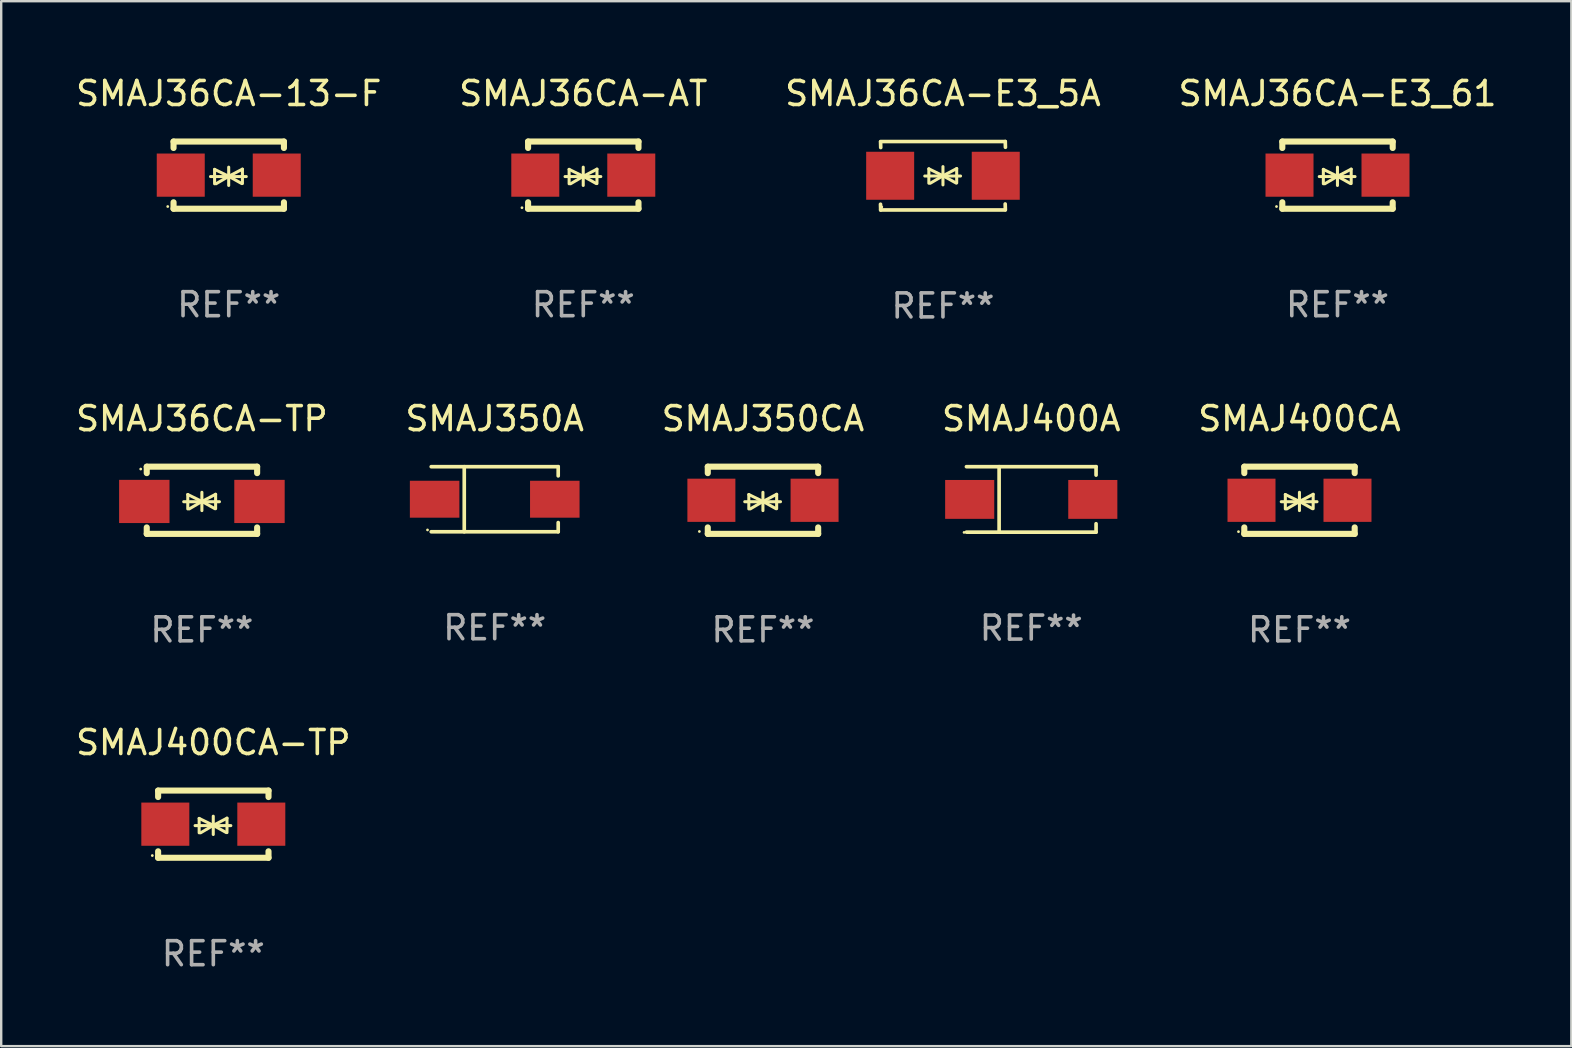
<source format=kicad_pcb>
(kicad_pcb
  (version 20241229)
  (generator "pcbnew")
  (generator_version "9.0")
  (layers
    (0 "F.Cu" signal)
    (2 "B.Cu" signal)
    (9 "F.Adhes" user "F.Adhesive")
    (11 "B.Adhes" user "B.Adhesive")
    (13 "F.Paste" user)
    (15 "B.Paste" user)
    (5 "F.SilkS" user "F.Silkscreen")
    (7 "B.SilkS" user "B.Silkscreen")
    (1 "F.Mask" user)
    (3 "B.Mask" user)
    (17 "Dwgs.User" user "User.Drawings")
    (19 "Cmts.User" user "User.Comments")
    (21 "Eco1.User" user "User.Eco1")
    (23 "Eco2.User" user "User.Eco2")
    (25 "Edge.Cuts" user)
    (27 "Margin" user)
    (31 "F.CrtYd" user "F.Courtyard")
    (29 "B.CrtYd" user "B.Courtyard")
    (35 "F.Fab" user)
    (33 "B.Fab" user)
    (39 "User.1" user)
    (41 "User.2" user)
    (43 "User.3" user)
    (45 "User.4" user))
  (footprint "SMAJ36CA-E3_5A"
    (layer "F.Cu")
    (at 36.244 4.274)
    (property "Reference" "SMAJ36CA-E3_5A" (at 0 -3.426 0) (layer "F.SilkS") (effects (font (size 1 1) (thickness 0.15))))
    (attr through_hole)
    (fp_line (start -2.596 -1.426) (end 2.596 -1.426) (stroke (width 0.152) (type solid)) (layer "F.SilkS"))
    (fp_line (start -2.596 1.426) (end -2.603 1.187) (stroke (width 0.152) (type solid)) (layer "F.SilkS"))
    (fp_line (start -2.596 1.426) (end 2.596 1.426) (stroke (width 0.152) (type solid)) (layer "F.SilkS"))
    (fp_line (start -2.593 -1.176) (end -2.6 -1.415) (stroke (width 0.152) (type solid)) (layer "F.SilkS"))
    (fp_line (start -0.758 0.011) (end 0.732 0.011) (stroke (width 0.127) (type solid)) (layer "F.SilkS"))
    (fp_line (start -0.588 -0.289) (end -0.588 0.311) (stroke (width 0.127) (type solid)) (layer "F.SilkS"))
    (fp_line (start -0.588 -0.289) (end 0 0) (stroke (width 0.127) (type solid)) (layer "F.SilkS"))
    (fp_line (start -0.528 0.311) (end 0 0) (stroke (width 0.127) (type solid)) (layer "F.SilkS"))
    (fp_line (start 0 0) (end 0 -0.381) (stroke (width 0.127) (type solid)) (layer "F.SilkS"))
    (fp_line (start 0 0) (end 0 0.381) (stroke (width 0.127) (type solid)) (layer "F.SilkS"))
    (fp_line (start 0.542 0.301) (end 0 0) (stroke (width 0.127) (type solid)) (layer "F.SilkS"))
    (fp_line (start 0.572 -0.299) (end 0 0) (stroke (width 0.127) (type solid)) (layer "F.SilkS"))
    (fp_line (start 0.572 -0.299) (end 0.572 0.301) (stroke (width 0.127) (type solid)) (layer "F.SilkS"))
    (fp_line (start 2.593 1.176) (end 2.6 1.415) (stroke (width 0.152) (type solid)) (layer "F.SilkS"))
    (fp_line (start 2.596 -1.426) (end 2.603 -1.187) (stroke (width 0.152) (type solid)) (layer "F.SilkS"))
    (fp_circle (center -2.55 1.3) (end -2.52 1.3) (stroke (width 0.06) (type solid)) (fill no) (layer "F.SilkS"))
    (fp_text user "REF**" (at 0 5.426 0) (layer "F.Fab") (effects (font (size 1 1) (thickness 0.15))))
    (pad "1" smd rect (at -2.2 0 180) (size 2 2) (layers "F.Cu" "F.Mask" "F.Paste"))
    (pad "2" smd rect (at 2.2 0 180) (size 2 2) (layers "F.Cu" "F.Mask" "F.Paste")))
  (footprint "SMAJ350A"
    (layer "F.Cu")
    (at 17.565 17.753)
    (property "Reference" "SMAJ350A" (at 0 -3.356 0) (layer "F.SilkS") (effects (font (size 1 1) (thickness 0.15))))
    (attr through_hole)
    (fp_line (start -2.646 -1.356) (end 2.646 -1.356) (stroke (width 0.152) (type solid)) (layer "F.SilkS"))
    (fp_line (start -2.646 1.356) (end 2.646 1.356) (stroke (width 0.152) (type solid)) (layer "F.SilkS"))
    (fp_line (start -1.269 -1.356) (end -1.269 1.356) (stroke (width 0.152) (type solid)) (layer "F.SilkS"))
    (fp_line (start 2.646 -1.356) (end 2.646 -0.973) (stroke (width 0.152) (type solid)) (layer "F.SilkS"))
    (fp_line (start 2.646 1.356) (end 2.646 0.973) (stroke (width 0.152) (type solid)) (layer "F.SilkS"))
    (fp_circle (center -2.8 1.28) (end -2.77 1.28) (stroke (width 0.06) (type solid)) (fill no) (layer "F.SilkS"))
    (fp_text user "REF**" (at 0 5.356 0) (layer "F.Fab") (effects (font (size 1 1) (thickness 0.15))))
    (pad "1" smd rect (at 2.504 0) (size 2.063 1.539) (layers "F.Cu" "F.Mask" "F.Paste"))
    (pad "2" smd rect (at -2.504 0) (size 2.063 1.539) (layers "F.Cu" "F.Mask" "F.Paste")))
  (footprint "SMAJ400CA-TP"
    (layer "F.Cu")
    (at 5.839 31.294)
    (property "Reference" "SMAJ400CA-TP" (at 0 -3.4 0) (layer "F.SilkS") (effects (font (size 1 1) (thickness 0.15))))
    (attr through_hole)
    (fp_line (start -2.3 -1.4) (end -2.3 -1.131) (stroke (width 0.254) (type solid)) (layer "F.SilkS"))
    (fp_line (start -2.3 -1.4) (end 2.3 -1.4) (stroke (width 0.254) (type solid)) (layer "F.SilkS"))
    (fp_line (start -2.3 1.131) (end -2.3 1.4) (stroke (width 0.254) (type solid)) (layer "F.SilkS"))
    (fp_line (start -2.3 1.4) (end 2.3 1.4) (stroke (width 0.254) (type solid)) (layer "F.SilkS"))
    (fp_line (start -0.76 0.06) (end 0.73 0.06) (stroke (width 0.127) (type solid)) (layer "F.SilkS"))
    (fp_line (start -0.59 -0.24) (end -0.59 0.36) (stroke (width 0.127) (type solid)) (layer "F.SilkS"))
    (fp_line (start -0.59 -0.24) (end -0.002 0.049) (stroke (width 0.127) (type solid)) (layer "F.SilkS"))
    (fp_line (start -0.53 0.36) (end -0.002 0.049) (stroke (width 0.127) (type solid)) (layer "F.SilkS"))
    (fp_line (start -0.002 0.049) (end -0.002 -0.332) (stroke (width 0.127) (type solid)) (layer "F.SilkS"))
    (fp_line (start -0.002 0.049) (end -0.002 0.43) (stroke (width 0.127) (type solid)) (layer "F.SilkS"))
    (fp_line (start 0.54 0.35) (end -0.002 0.049) (stroke (width 0.127) (type solid)) (layer "F.SilkS"))
    (fp_line (start 0.57 -0.25) (end -0.002 0.049) (stroke (width 0.127) (type solid)) (layer "F.SilkS"))
    (fp_line (start 0.57 -0.25) (end 0.57 0.35) (stroke (width 0.127) (type solid)) (layer "F.SilkS"))
    (fp_line (start 2.3 -1.4) (end 2.3 -1.131) (stroke (width 0.254) (type solid)) (layer "F.SilkS"))
    (fp_line (start 2.3 1.131) (end 2.3 1.4) (stroke (width 0.254) (type solid)) (layer "F.SilkS"))
    (fp_circle (center -2.542 1.308) (end -2.512 1.308) (stroke (width 0.06) (type solid)) (fill no) (layer "F.SilkS"))
    (fp_text user "REF**" (at 0 5.4 0) (layer "F.Fab") (effects (font (size 1 1) (thickness 0.15))))
    (pad "1" smd rect (at -2 0) (size 2 1.8) (layers "F.Cu" "F.Mask" "F.Paste"))
    (pad "2" smd rect (at 2 0) (size 2 1.8) (layers "F.Cu" "F.Mask" "F.Paste")))
  (footprint "SMAJ350CA"
    (layer "F.Cu")
    (at 28.744 17.797)
    (property "Reference" "SMAJ350CA" (at 0 -3.4 0) (layer "F.SilkS") (effects (font (size 1 1) (thickness 0.15))))
    (attr through_hole)
    (fp_line (start -2.3 -1.4) (end -2.3 -1.131) (stroke (width 0.254) (type solid)) (layer "F.SilkS"))
    (fp_line (start -2.3 -1.4) (end 2.3 -1.4) (stroke (width 0.254) (type solid)) (layer "F.SilkS"))
    (fp_line (start -2.3 1.131) (end -2.3 1.4) (stroke (width 0.254) (type solid)) (layer "F.SilkS"))
    (fp_line (start -2.3 1.4) (end 2.3 1.4) (stroke (width 0.254) (type solid)) (layer "F.SilkS"))
    (fp_line (start -0.76 0.06) (end 0.73 0.06) (stroke (width 0.127) (type solid)) (layer "F.SilkS"))
    (fp_line (start -0.59 -0.24) (end -0.59 0.36) (stroke (width 0.127) (type solid)) (layer "F.SilkS"))
    (fp_line (start -0.59 -0.24) (end -0.002 0.049) (stroke (width 0.127) (type solid)) (layer "F.SilkS"))
    (fp_line (start -0.53 0.36) (end -0.002 0.049) (stroke (width 0.127) (type solid)) (layer "F.SilkS"))
    (fp_line (start -0.002 0.049) (end -0.002 -0.332) (stroke (width 0.127) (type solid)) (layer "F.SilkS"))
    (fp_line (start -0.002 0.049) (end -0.002 0.43) (stroke (width 0.127) (type solid)) (layer "F.SilkS"))
    (fp_line (start 0.54 0.35) (end -0.002 0.049) (stroke (width 0.127) (type solid)) (layer "F.SilkS"))
    (fp_line (start 0.57 -0.25) (end -0.002 0.049) (stroke (width 0.127) (type solid)) (layer "F.SilkS"))
    (fp_line (start 0.57 -0.25) (end 0.57 0.35) (stroke (width 0.127) (type solid)) (layer "F.SilkS"))
    (fp_line (start 2.3 -1.4) (end 2.3 -1.131) (stroke (width 0.254) (type solid)) (layer "F.SilkS"))
    (fp_line (start 2.3 1.131) (end 2.3 1.4) (stroke (width 0.254) (type solid)) (layer "F.SilkS"))
    (fp_circle (center -2.65 1.3) (end -2.62 1.3) (stroke (width 0.06) (type solid)) (fill no) (layer "F.SilkS"))
    (fp_text user "REF**" (at 0 5.4 0) (layer "F.Fab") (effects (font (size 1 1) (thickness 0.15))))
    (pad "1" smd rect (at -2.15 0) (size 2 1.8) (layers "F.Cu" "F.Mask" "F.Paste"))
    (pad "2" smd rect (at 2.15 0) (size 2 1.8) (layers "F.Cu" "F.Mask" "F.Paste")))
  (footprint "SMAJ36CA-E3_61"
    (layer "F.Cu")
    (at 52.685 4.248)
    (property "Reference" "SMAJ36CA-E3_61" (at 0 -3.4 0) (layer "F.SilkS") (effects (font (size 1 1) (thickness 0.15))))
    (attr through_hole)
    (fp_line (start -2.3 -1.4) (end -2.3 -1.131) (stroke (width 0.254) (type solid)) (layer "F.SilkS"))
    (fp_line (start -2.3 -1.4) (end 2.3 -1.4) (stroke (width 0.254) (type solid)) (layer "F.SilkS"))
    (fp_line (start -2.3 1.131) (end -2.3 1.4) (stroke (width 0.254) (type solid)) (layer "F.SilkS"))
    (fp_line (start -2.3 1.4) (end 2.3 1.4) (stroke (width 0.254) (type solid)) (layer "F.SilkS"))
    (fp_line (start -0.76 0.06) (end 0.73 0.06) (stroke (width 0.127) (type solid)) (layer "F.SilkS"))
    (fp_line (start -0.59 -0.24) (end -0.59 0.36) (stroke (width 0.127) (type solid)) (layer "F.SilkS"))
    (fp_line (start -0.59 -0.24) (end -0.002 0.049) (stroke (width 0.127) (type solid)) (layer "F.SilkS"))
    (fp_line (start -0.53 0.36) (end -0.002 0.049) (stroke (width 0.127) (type solid)) (layer "F.SilkS"))
    (fp_line (start -0.002 0.049) (end -0.002 -0.332) (stroke (width 0.127) (type solid)) (layer "F.SilkS"))
    (fp_line (start -0.002 0.049) (end -0.002 0.43) (stroke (width 0.127) (type solid)) (layer "F.SilkS"))
    (fp_line (start 0.54 0.35) (end -0.002 0.049) (stroke (width 0.127) (type solid)) (layer "F.SilkS"))
    (fp_line (start 0.57 -0.25) (end -0.002 0.049) (stroke (width 0.127) (type solid)) (layer "F.SilkS"))
    (fp_line (start 0.57 -0.25) (end 0.57 0.35) (stroke (width 0.127) (type solid)) (layer "F.SilkS"))
    (fp_line (start 2.3 -1.4) (end 2.3 -1.131) (stroke (width 0.254) (type solid)) (layer "F.SilkS"))
    (fp_line (start 2.3 1.131) (end 2.3 1.4) (stroke (width 0.254) (type solid)) (layer "F.SilkS"))
    (fp_circle (center -2.542 1.308) (end -2.512 1.308) (stroke (width 0.06) (type solid)) (fill no) (layer "F.SilkS"))
    (fp_text user "REF**" (at 0 5.4 0) (layer "F.Fab") (effects (font (size 1 1) (thickness 0.15))))
    (pad "1" smd rect (at -2 0) (size 2 1.8) (layers "F.Cu" "F.Mask" "F.Paste"))
    (pad "2" smd rect (at 2 0) (size 2 1.8) (layers "F.Cu" "F.Mask" "F.Paste")))
  (footprint "SMAJ36CA-TP"
    (layer "F.Cu")
    (at 5.363 17.797)
    (property "Reference" "SMAJ36CA-TP" (at 0 -3.4 0) (layer "F.SilkS") (effects (font (size 1 1) (thickness 0.15))))
    (attr through_hole)
    (fp_line (start -2.298 -1.4) (end -2.298 -1.131) (stroke (width 0.254) (type solid)) (layer "F.SilkS"))
    (fp_line (start -2.298 -1.4) (end 2.302 -1.4) (stroke (width 0.254) (type solid)) (layer "F.SilkS"))
    (fp_line (start -2.298 1.131) (end -2.298 1.4) (stroke (width 0.254) (type solid)) (layer "F.SilkS"))
    (fp_line (start -2.298 1.4) (end 2.302 1.4) (stroke (width 0.254) (type solid)) (layer "F.SilkS"))
    (fp_line (start -0.758 0.06) (end 0.732 0.06) (stroke (width 0.127) (type solid)) (layer "F.SilkS"))
    (fp_line (start -0.588 -0.24) (end -0.588 0.36) (stroke (width 0.127) (type solid)) (layer "F.SilkS"))
    (fp_line (start -0.588 -0.24) (end 0.000025 0.049) (stroke (width 0.127) (type solid)) (layer "F.SilkS"))
    (fp_line (start -0.528 0.36) (end 0.000025 0.049) (stroke (width 0.127) (type solid)) (layer "F.SilkS"))
    (fp_line (start 0.000025 0.049) (end 0.000025 -0.332) (stroke (width 0.127) (type solid)) (layer "F.SilkS"))
    (fp_line (start 0.000025 0.049) (end 0.000025 0.43) (stroke (width 0.127) (type solid)) (layer "F.SilkS"))
    (fp_line (start 0.542 0.35) (end 0.000025 0.049) (stroke (width 0.127) (type solid)) (layer "F.SilkS"))
    (fp_line (start 0.572 -0.25) (end 0.000025 0.049) (stroke (width 0.127) (type solid)) (layer "F.SilkS"))
    (fp_line (start 0.572 -0.25) (end 0.572 0.35) (stroke (width 0.127) (type solid)) (layer "F.SilkS"))
    (fp_line (start 2.302 -1.4) (end 2.302 -1.131) (stroke (width 0.254) (type solid)) (layer "F.SilkS"))
    (fp_line (start 2.302 1.131) (end 2.302 1.4) (stroke (width 0.254) (type solid)) (layer "F.SilkS"))
    (fp_circle (center -2.549 -1.301) (end -2.519 -1.301) (stroke (width 0.06) (type solid)) (fill no) (layer "F.SilkS"))
    (fp_text user "REF**" (at 0 5.4 0) (layer "F.Fab") (effects (font (size 1 1) (thickness 0.15))))
    (pad "1" smd rect (at -2.4 0.049) (size 2.1 1.8) (layers "F.Cu" "F.Mask" "F.Paste"))
    (pad "2" smd rect (at 2.4 0.049) (size 2.1 1.8) (layers "F.Cu" "F.Mask" "F.Paste")))
  (footprint "SMAJ36CA-AT"
    (layer "F.Cu")
    (at 21.256 4.248)
    (property "Reference" "SMAJ36CA-AT" (at 0 -3.4 0) (layer "F.SilkS") (effects (font (size 1 1) (thickness 0.15))))
    (attr through_hole)
    (fp_line (start -2.3 -1.4) (end -2.3 -1.131) (stroke (width 0.254) (type solid)) (layer "F.SilkS"))
    (fp_line (start -2.3 -1.4) (end 2.3 -1.4) (stroke (width 0.254) (type solid)) (layer "F.SilkS"))
    (fp_line (start -2.3 1.131) (end -2.3 1.4) (stroke (width 0.254) (type solid)) (layer "F.SilkS"))
    (fp_line (start -2.3 1.4) (end 2.3 1.4) (stroke (width 0.254) (type solid)) (layer "F.SilkS"))
    (fp_line (start -0.76 0.06) (end 0.73 0.06) (stroke (width 0.127) (type solid)) (layer "F.SilkS"))
    (fp_line (start -0.59 -0.24) (end -0.59 0.36) (stroke (width 0.127) (type solid)) (layer "F.SilkS"))
    (fp_line (start -0.59 -0.24) (end -0.002 0.049) (stroke (width 0.127) (type solid)) (layer "F.SilkS"))
    (fp_line (start -0.53 0.36) (end -0.002 0.049) (stroke (width 0.127) (type solid)) (layer "F.SilkS"))
    (fp_line (start -0.002 0.049) (end -0.002 -0.332) (stroke (width 0.127) (type solid)) (layer "F.SilkS"))
    (fp_line (start -0.002 0.049) (end -0.002 0.43) (stroke (width 0.127) (type solid)) (layer "F.SilkS"))
    (fp_line (start 0.54 0.35) (end -0.002 0.049) (stroke (width 0.127) (type solid)) (layer "F.SilkS"))
    (fp_line (start 0.57 -0.25) (end -0.002 0.049) (stroke (width 0.127) (type solid)) (layer "F.SilkS"))
    (fp_line (start 0.57 -0.25) (end 0.57 0.35) (stroke (width 0.127) (type solid)) (layer "F.SilkS"))
    (fp_line (start 2.3 -1.4) (end 2.3 -1.131) (stroke (width 0.254) (type solid)) (layer "F.SilkS"))
    (fp_line (start 2.3 1.131) (end 2.3 1.4) (stroke (width 0.254) (type solid)) (layer "F.SilkS"))
    (fp_circle (center -2.555 1.358) (end -2.525 1.358) (stroke (width 0.06) (type solid)) (fill no) (layer "F.SilkS"))
    (fp_text user "REF**" (at 0 5.4 0) (layer "F.Fab") (effects (font (size 1 1) (thickness 0.15))))
    (pad "1" smd rect (at -2 -0.000025) (size 2 1.8) (layers "F.Cu" "F.Mask" "F.Paste"))
    (pad "2" smd rect (at 2 -0.000025) (size 2 1.8) (layers "F.Cu" "F.Mask" "F.Paste")))
  (footprint "SMAJ400A"
    (layer "F.Cu")
    (at 39.923 17.761)
    (property "Reference" "SMAJ400A" (at 0 -3.364 0) (layer "F.SilkS") (effects (font (size 1 1) (thickness 0.15))))
    (attr through_hole)
    (fp_line (start -2.701 -1.364) (end 2.701 -1.364) (stroke (width 0.152) (type solid)) (layer "F.SilkS"))
    (fp_line (start -2.701 1.364) (end 2.701 1.364) (stroke (width 0.152) (type solid)) (layer "F.SilkS"))
    (fp_line (start -1.339 -1.364) (end -1.339 1.364) (stroke (width 0.152) (type solid)) (layer "F.SilkS"))
    (fp_line (start 2.701 -1.364) (end 2.701 -1.013) (stroke (width 0.152) (type solid)) (layer "F.SilkS"))
    (fp_line (start 2.701 1.364) (end 2.701 1.013) (stroke (width 0.152) (type solid)) (layer "F.SilkS"))
    (fp_circle (center -2.8 1.375) (end -2.77 1.375) (stroke (width 0.06) (type solid)) (fill no) (layer "F.SilkS"))
    (fp_text user "REF**" (at 0 5.364 0) (layer "F.Fab") (effects (font (size 1 1) (thickness 0.15))))
    (pad "1" smd rect (at -2.565 -0.000025) (size 2.046 1.62) (layers "F.Cu" "F.Mask" "F.Paste"))
    (pad "2" smd rect (at 2.565 -0.000025) (size 2.046 1.62) (layers "F.Cu" "F.Mask" "F.Paste")))
  (footprint "SMAJ36CA-13-F"
    (layer "F.Cu")
    (at 6.482 4.248)
    (property "Reference" "SMAJ36CA-13-F" (at 0 -3.4 0) (layer "F.SilkS") (effects (font (size 1 1) (thickness 0.15))))
    (attr through_hole)
    (fp_line (start -2.3 -1.4) (end -2.3 -1.131) (stroke (width 0.254) (type solid)) (layer "F.SilkS"))
    (fp_line (start -2.3 -1.4) (end 2.3 -1.4) (stroke (width 0.254) (type solid)) (layer "F.SilkS"))
    (fp_line (start -2.3 1.131) (end -2.3 1.4) (stroke (width 0.254) (type solid)) (layer "F.SilkS"))
    (fp_line (start -2.3 1.4) (end 2.3 1.4) (stroke (width 0.254) (type solid)) (layer "F.SilkS"))
    (fp_line (start -0.76 0.06) (end 0.73 0.06) (stroke (width 0.127) (type solid)) (layer "F.SilkS"))
    (fp_line (start -0.59 -0.24) (end -0.59 0.36) (stroke (width 0.127) (type solid)) (layer "F.SilkS"))
    (fp_line (start -0.59 -0.24) (end -0.002 0.049) (stroke (width 0.127) (type solid)) (layer "F.SilkS"))
    (fp_line (start -0.53 0.36) (end -0.002 0.049) (stroke (width 0.127) (type solid)) (layer "F.SilkS"))
    (fp_line (start -0.002 0.049) (end -0.002 -0.332) (stroke (width 0.127) (type solid)) (layer "F.SilkS"))
    (fp_line (start -0.002 0.049) (end -0.002 0.43) (stroke (width 0.127) (type solid)) (layer "F.SilkS"))
    (fp_line (start 0.54 0.35) (end -0.002 0.049) (stroke (width 0.127) (type solid)) (layer "F.SilkS"))
    (fp_line (start 0.57 -0.25) (end -0.002 0.049) (stroke (width 0.127) (type solid)) (layer "F.SilkS"))
    (fp_line (start 0.57 -0.25) (end 0.57 0.35) (stroke (width 0.127) (type solid)) (layer "F.SilkS"))
    (fp_line (start 2.3 -1.4) (end 2.3 -1.131) (stroke (width 0.254) (type solid)) (layer "F.SilkS"))
    (fp_line (start 2.3 1.131) (end 2.3 1.4) (stroke (width 0.254) (type solid)) (layer "F.SilkS"))
    (fp_circle (center -2.542 1.308) (end -2.512 1.308) (stroke (width 0.06) (type solid)) (fill no) (layer "F.SilkS"))
    (fp_text user "REF**" (at 0 5.4 0) (layer "F.Fab") (effects (font (size 1 1) (thickness 0.15))))
    (pad "1" smd rect (at -2 0) (size 2 1.8) (layers "F.Cu" "F.Mask" "F.Paste"))
    (pad "2" smd rect (at 2 0) (size 2 1.8) (layers "F.Cu" "F.Mask" "F.Paste")))
  (footprint "SMAJ400CA"
    (layer "F.Cu")
    (at 51.101 17.797)
    (property "Reference" "SMAJ400CA" (at 0 -3.4 0) (layer "F.SilkS") (effects (font (size 1 1) (thickness 0.15))))
    (attr through_hole)
    (fp_line (start -2.3 -1.4) (end -2.3 -1.131) (stroke (width 0.254) (type solid)) (layer "F.SilkS"))
    (fp_line (start -2.3 -1.4) (end 2.3 -1.4) (stroke (width 0.254) (type solid)) (layer "F.SilkS"))
    (fp_line (start -2.3 1.131) (end -2.3 1.4) (stroke (width 0.254) (type solid)) (layer "F.SilkS"))
    (fp_line (start -2.3 1.4) (end 2.3 1.4) (stroke (width 0.254) (type solid)) (layer "F.SilkS"))
    (fp_line (start -0.76 0.06) (end 0.73 0.06) (stroke (width 0.127) (type solid)) (layer "F.SilkS"))
    (fp_line (start -0.59 -0.24) (end -0.59 0.36) (stroke (width 0.127) (type solid)) (layer "F.SilkS"))
    (fp_line (start -0.59 -0.24) (end -0.002 0.049) (stroke (width 0.127) (type solid)) (layer "F.SilkS"))
    (fp_line (start -0.53 0.36) (end -0.002 0.049) (stroke (width 0.127) (type solid)) (layer "F.SilkS"))
    (fp_line (start -0.002 0.049) (end -0.002 -0.332) (stroke (width 0.127) (type solid)) (layer "F.SilkS"))
    (fp_line (start -0.002 0.049) (end -0.002 0.43) (stroke (width 0.127) (type solid)) (layer "F.SilkS"))
    (fp_line (start 0.54 0.35) (end -0.002 0.049) (stroke (width 0.127) (type solid)) (layer "F.SilkS"))
    (fp_line (start 0.57 -0.25) (end -0.002 0.049) (stroke (width 0.127) (type solid)) (layer "F.SilkS"))
    (fp_line (start 0.57 -0.25) (end 0.57 0.35) (stroke (width 0.127) (type solid)) (layer "F.SilkS"))
    (fp_line (start 2.3 -1.4) (end 2.3 -1.131) (stroke (width 0.254) (type solid)) (layer "F.SilkS"))
    (fp_line (start 2.3 1.131) (end 2.3 1.4) (stroke (width 0.254) (type solid)) (layer "F.SilkS"))
    (fp_circle (center -2.542 1.308) (end -2.512 1.308) (stroke (width 0.06) (type solid)) (fill no) (layer "F.SilkS"))
    (fp_text user "REF**" (at 0 5.4 0) (layer "F.Fab") (effects (font (size 1 1) (thickness 0.15))))
    (pad "1" smd rect (at -2 0) (size 2 1.8) (layers "F.Cu" "F.Mask" "F.Paste"))
    (pad "2" smd rect (at 2 0) (size 2 1.8) (layers "F.Cu" "F.Mask" "F.Paste")))
  (gr_rect
    (start -3 -3)
    (end 62.429 40.542)
    (stroke (width 0.1) (type default))
    (fill no)
    (layer "Edge.Cuts")))
</source>
